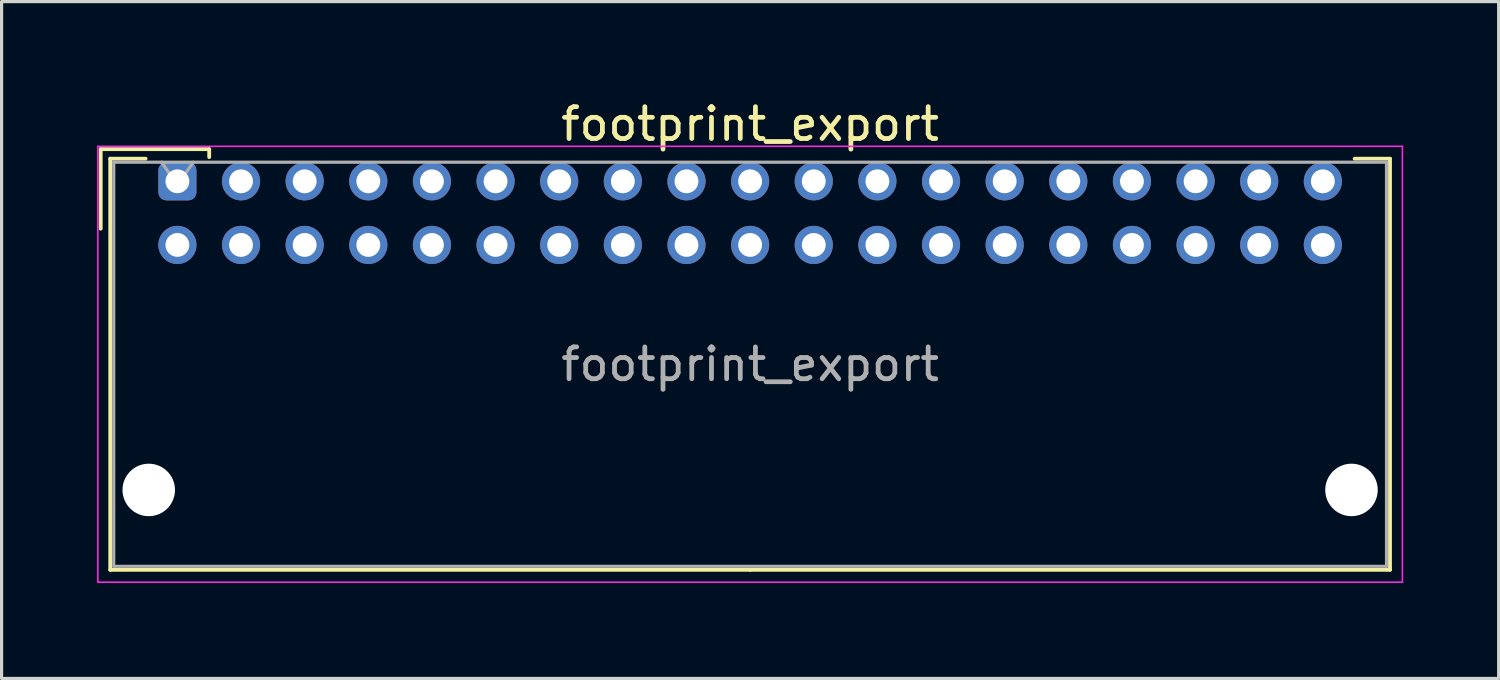
<source format=kicad_pcb>
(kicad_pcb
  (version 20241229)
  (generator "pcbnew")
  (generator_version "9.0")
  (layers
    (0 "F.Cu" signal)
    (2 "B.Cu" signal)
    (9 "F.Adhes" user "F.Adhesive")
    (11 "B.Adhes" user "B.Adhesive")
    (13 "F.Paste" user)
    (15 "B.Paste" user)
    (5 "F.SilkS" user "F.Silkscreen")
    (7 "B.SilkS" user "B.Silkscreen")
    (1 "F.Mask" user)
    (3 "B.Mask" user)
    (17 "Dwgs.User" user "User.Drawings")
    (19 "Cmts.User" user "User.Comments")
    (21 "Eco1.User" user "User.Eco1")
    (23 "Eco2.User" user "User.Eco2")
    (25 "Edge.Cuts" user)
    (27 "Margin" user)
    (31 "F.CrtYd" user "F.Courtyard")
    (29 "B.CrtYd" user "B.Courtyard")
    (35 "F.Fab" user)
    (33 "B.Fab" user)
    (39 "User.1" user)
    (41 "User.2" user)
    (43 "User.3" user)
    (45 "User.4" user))
  (footprint "footprint_export"
    (layer "F.Cu")
    (at 2.525 2.648)
    (property "Reference" "footprint_export" (at 18 -1.8 0) (layer "F.SilkS") (effects (font (size 1 1) (thickness 0.15))))
    (attr through_hole)
    (fp_line (start -2.41 -1.01) (end -2.41 1.49) (stroke (width 0.12) (type solid)) (layer "F.SilkS"))
    (fp_line (start -2.11 -0.71) (end -2.11 12.21) (stroke (width 0.12) (type solid)) (layer "F.SilkS"))
    (fp_line (start -2.11 12.21) (end 18 12.21) (stroke (width 0.12) (type solid)) (layer "F.SilkS"))
    (fp_line (start -1 -0.71) (end -2.11 -0.71) (stroke (width 0.12) (type solid)) (layer "F.SilkS"))
    (fp_line (start 1 -1.01) (end -2.41 -1.01) (stroke (width 0.12) (type solid)) (layer "F.SilkS"))
    (fp_line (start 1 -0.76) (end 1 -1.01) (stroke (width 0.12) (type solid)) (layer "F.SilkS"))
    (fp_line (start 37 -0.71) (end 38.11 -0.71) (stroke (width 0.12) (type solid)) (layer "F.SilkS"))
    (fp_line (start 38.11 -0.71) (end 38.11 12.21) (stroke (width 0.12) (type solid)) (layer "F.SilkS"))
    (fp_line (start 38.11 12.21) (end 18 12.21) (stroke (width 0.12) (type solid)) (layer "F.SilkS"))
    (fp_line (start -2.5 -1.1) (end -2.5 12.6) (stroke (width 0.05) (type solid)) (layer "F.CrtYd"))
    (fp_line (start -2.5 12.6) (end 38.5 12.6) (stroke (width 0.05) (type solid)) (layer "F.CrtYd"))
    (fp_line (start 38.5 -1.1) (end -2.5 -1.1) (stroke (width 0.05) (type solid)) (layer "F.CrtYd"))
    (fp_line (start 38.5 12.6) (end 38.5 -1.1) (stroke (width 0.05) (type solid)) (layer "F.CrtYd"))
    (fp_line (start -2 -0.6) (end -2 12.1) (stroke (width 0.1) (type solid)) (layer "F.Fab"))
    (fp_line (start -2 12.1) (end 38 12.1) (stroke (width 0.1) (type solid)) (layer "F.Fab"))
    (fp_line (start 0 0.107) (end -0.5 -0.6) (stroke (width 0.1) (type solid)) (layer "F.Fab"))
    (fp_line (start 0.5 -0.6) (end 0 0.107) (stroke (width 0.1) (type solid)) (layer "F.Fab"))
    (fp_line (start 38 -0.6) (end -2 -0.6) (stroke (width 0.1) (type solid)) (layer "F.Fab"))
    (fp_line (start 38 12.1) (end 38 -0.6) (stroke (width 0.1) (type solid)) (layer "F.Fab"))
    (fp_text user "${REFERENCE}" (at 18 5.75 0) (layer "F.Fab") (effects (font (size 1 1) (thickness 0.15))))
    (pad "" np_thru_hole circle (at -0.9 9.7) (size 1.65 1.65) (drill 1.65) (layers "*.Cu" "*.Mask"))
    (pad "" np_thru_hole circle (at 36.9 9.7) (size 1.65 1.65) (drill 1.65) (layers "*.Cu" "*.Mask"))
    (pad "1" thru_hole roundrect (at 0 0) (size 1.2 1.2) (drill 0.75) (layers "*.Cu" "*.Mask") (roundrect_rratio 0.208))
    (pad "2" thru_hole circle (at 0 2) (size 1.2 1.2) (drill 0.75) (layers "*.Cu" "*.Mask"))
    (pad "3" thru_hole circle (at 2 0) (size 1.2 1.2) (drill 0.75) (layers "*.Cu" "*.Mask"))
    (pad "4" thru_hole circle (at 2 2) (size 1.2 1.2) (drill 0.75) (layers "*.Cu" "*.Mask"))
    (pad "5" thru_hole circle (at 4 0) (size 1.2 1.2) (drill 0.75) (layers "*.Cu" "*.Mask"))
    (pad "6" thru_hole circle (at 4 2) (size 1.2 1.2) (drill 0.75) (layers "*.Cu" "*.Mask"))
    (pad "7" thru_hole circle (at 6 0) (size 1.2 1.2) (drill 0.75) (layers "*.Cu" "*.Mask"))
    (pad "8" thru_hole circle (at 6 2) (size 1.2 1.2) (drill 0.75) (layers "*.Cu" "*.Mask"))
    (pad "9" thru_hole circle (at 8 0) (size 1.2 1.2) (drill 0.75) (layers "*.Cu" "*.Mask"))
    (pad "10" thru_hole circle (at 8 2) (size 1.2 1.2) (drill 0.75) (layers "*.Cu" "*.Mask"))
    (pad "11" thru_hole circle (at 10 0) (size 1.2 1.2) (drill 0.75) (layers "*.Cu" "*.Mask"))
    (pad "12" thru_hole circle (at 10 2) (size 1.2 1.2) (drill 0.75) (layers "*.Cu" "*.Mask"))
    (pad "13" thru_hole circle (at 12 0) (size 1.2 1.2) (drill 0.75) (layers "*.Cu" "*.Mask"))
    (pad "14" thru_hole circle (at 12 2) (size 1.2 1.2) (drill 0.75) (layers "*.Cu" "*.Mask"))
    (pad "15" thru_hole circle (at 14 0) (size 1.2 1.2) (drill 0.75) (layers "*.Cu" "*.Mask"))
    (pad "16" thru_hole circle (at 14 2) (size 1.2 1.2) (drill 0.75) (layers "*.Cu" "*.Mask"))
    (pad "17" thru_hole circle (at 16 0) (size 1.2 1.2) (drill 0.75) (layers "*.Cu" "*.Mask"))
    (pad "18" thru_hole circle (at 16 2) (size 1.2 1.2) (drill 0.75) (layers "*.Cu" "*.Mask"))
    (pad "19" thru_hole circle (at 18 0) (size 1.2 1.2) (drill 0.75) (layers "*.Cu" "*.Mask"))
    (pad "20" thru_hole circle (at 18 2) (size 1.2 1.2) (drill 0.75) (layers "*.Cu" "*.Mask"))
    (pad "21" thru_hole circle (at 20 0) (size 1.2 1.2) (drill 0.75) (layers "*.Cu" "*.Mask"))
    (pad "22" thru_hole circle (at 20 2) (size 1.2 1.2) (drill 0.75) (layers "*.Cu" "*.Mask"))
    (pad "23" thru_hole circle (at 22 0) (size 1.2 1.2) (drill 0.75) (layers "*.Cu" "*.Mask"))
    (pad "24" thru_hole circle (at 22 2) (size 1.2 1.2) (drill 0.75) (layers "*.Cu" "*.Mask"))
    (pad "25" thru_hole circle (at 24 0) (size 1.2 1.2) (drill 0.75) (layers "*.Cu" "*.Mask"))
    (pad "26" thru_hole circle (at 24 2) (size 1.2 1.2) (drill 0.75) (layers "*.Cu" "*.Mask"))
    (pad "27" thru_hole circle (at 26 0) (size 1.2 1.2) (drill 0.75) (layers "*.Cu" "*.Mask"))
    (pad "28" thru_hole circle (at 26 2) (size 1.2 1.2) (drill 0.75) (layers "*.Cu" "*.Mask"))
    (pad "29" thru_hole circle (at 28 0) (size 1.2 1.2) (drill 0.75) (layers "*.Cu" "*.Mask"))
    (pad "30" thru_hole circle (at 28 2) (size 1.2 1.2) (drill 0.75) (layers "*.Cu" "*.Mask"))
    (pad "31" thru_hole circle (at 30 0) (size 1.2 1.2) (drill 0.75) (layers "*.Cu" "*.Mask"))
    (pad "32" thru_hole circle (at 30 2) (size 1.2 1.2) (drill 0.75) (layers "*.Cu" "*.Mask"))
    (pad "33" thru_hole circle (at 32 0) (size 1.2 1.2) (drill 0.75) (layers "*.Cu" "*.Mask"))
    (pad "34" thru_hole circle (at 32 2) (size 1.2 1.2) (drill 0.75) (layers "*.Cu" "*.Mask"))
    (pad "35" thru_hole circle (at 34 0) (size 1.2 1.2) (drill 0.75) (layers "*.Cu" "*.Mask"))
    (pad "36" thru_hole circle (at 34 2) (size 1.2 1.2) (drill 0.75) (layers "*.Cu" "*.Mask"))
    (pad "37" thru_hole circle (at 36 0) (size 1.2 1.2) (drill 0.75) (layers "*.Cu" "*.Mask"))
    (pad "38" thru_hole circle (at 36 2) (size 1.2 1.2) (drill 0.75) (layers "*.Cu" "*.Mask")))
  (gr_rect
    (start -3 -3)
    (end 44.05 18.273)
    (stroke (width 0.1) (type default))
    (fill no)
    (layer "Edge.Cuts")))
</source>
